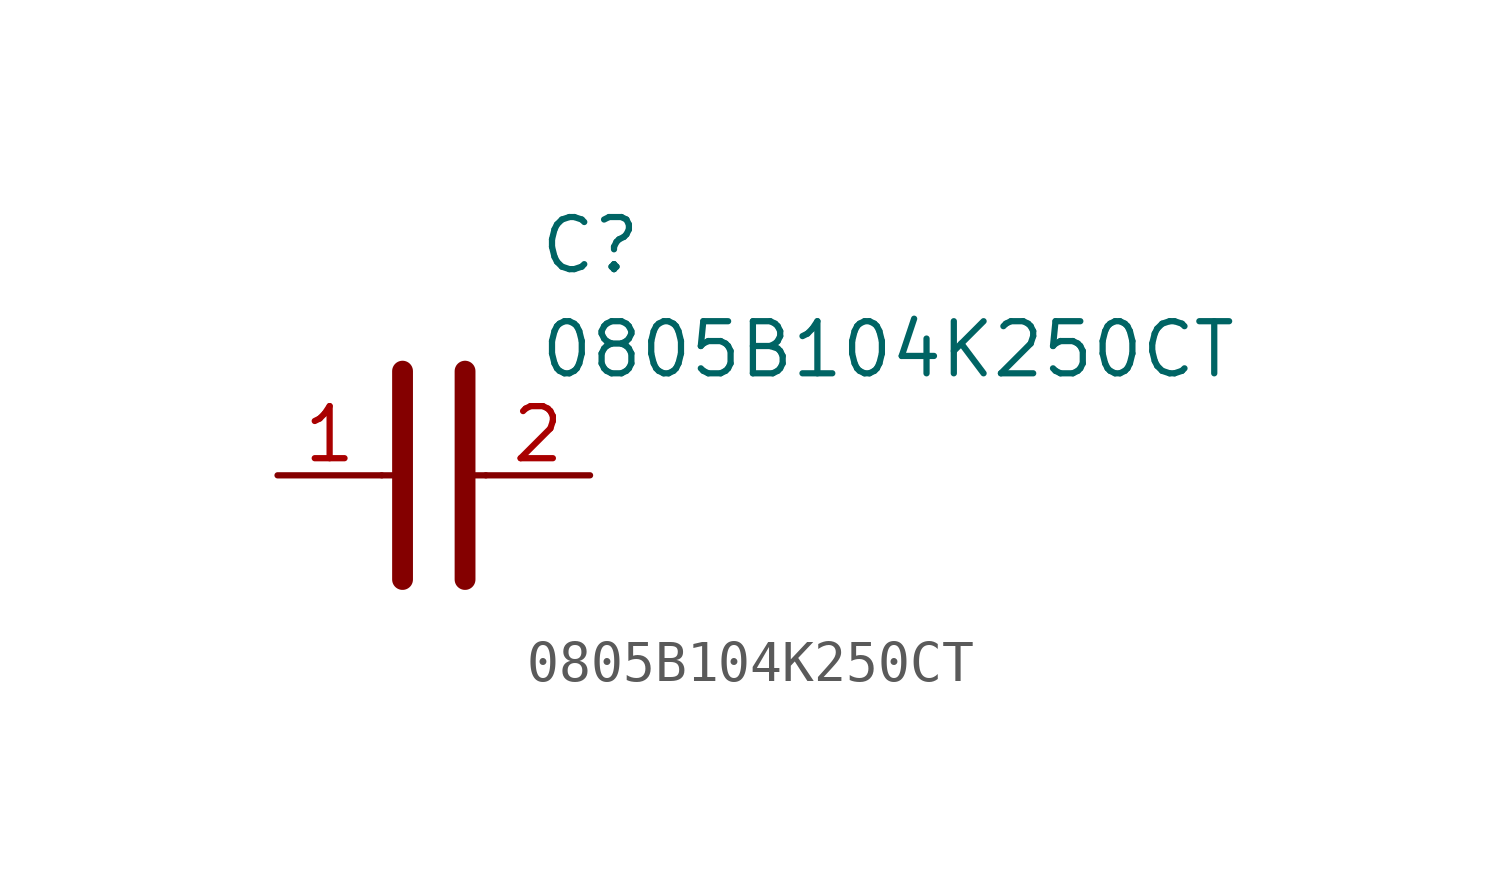
<source format=kicad_sym>
(kicad_symbol_lib
  (version 20231120)
  (generator "kicad_symbol_editor")
  (generator_version "8.0")
  (symbol "0805B104K250CT"
    (pin_names hide)
    (property "Reference" "C"
      (at 8.89 6.35 0)
      (effects (font (size 1.27 1.27)) (justify left top)))
    (property "Value" "0805B104K250CT"
      (at 8.89 3.81 0)
      (effects (font (size 1.27 1.27)) (justify left top)))
    (symbol "0805B104K250CT_1_1"
      (polyline (pts (xy 5.08 0) (xy 5.588 0)) (stroke (width 0.152) (type default)) (fill (type none)))
      (polyline (pts (xy 5.588 2.54) (xy 5.588 -2.54)) (stroke (width 0.508) (type default)) (fill (type none)))
      (polyline (pts (xy 7.112 0) (xy 7.62 0)) (stroke (width 0.152) (type default)) (fill (type none)))
      (polyline (pts (xy 7.112 2.54) (xy 7.112 -2.54)) (stroke (width 0.508) (type default)) (fill (type none)))
      (pin passive line (at 2.54 0 0) (length 2.54) (name "1" (effects (font (size 1.27 1.27)))) (number "1" (effects (font (size 1.27 1.27)))))
      (pin passive line (at 10.16 0 180) (length 2.54) (name "2" (effects (font (size 1.27 1.27)))) (number "2" (effects (font (size 1.27 1.27))))))))
</source>
